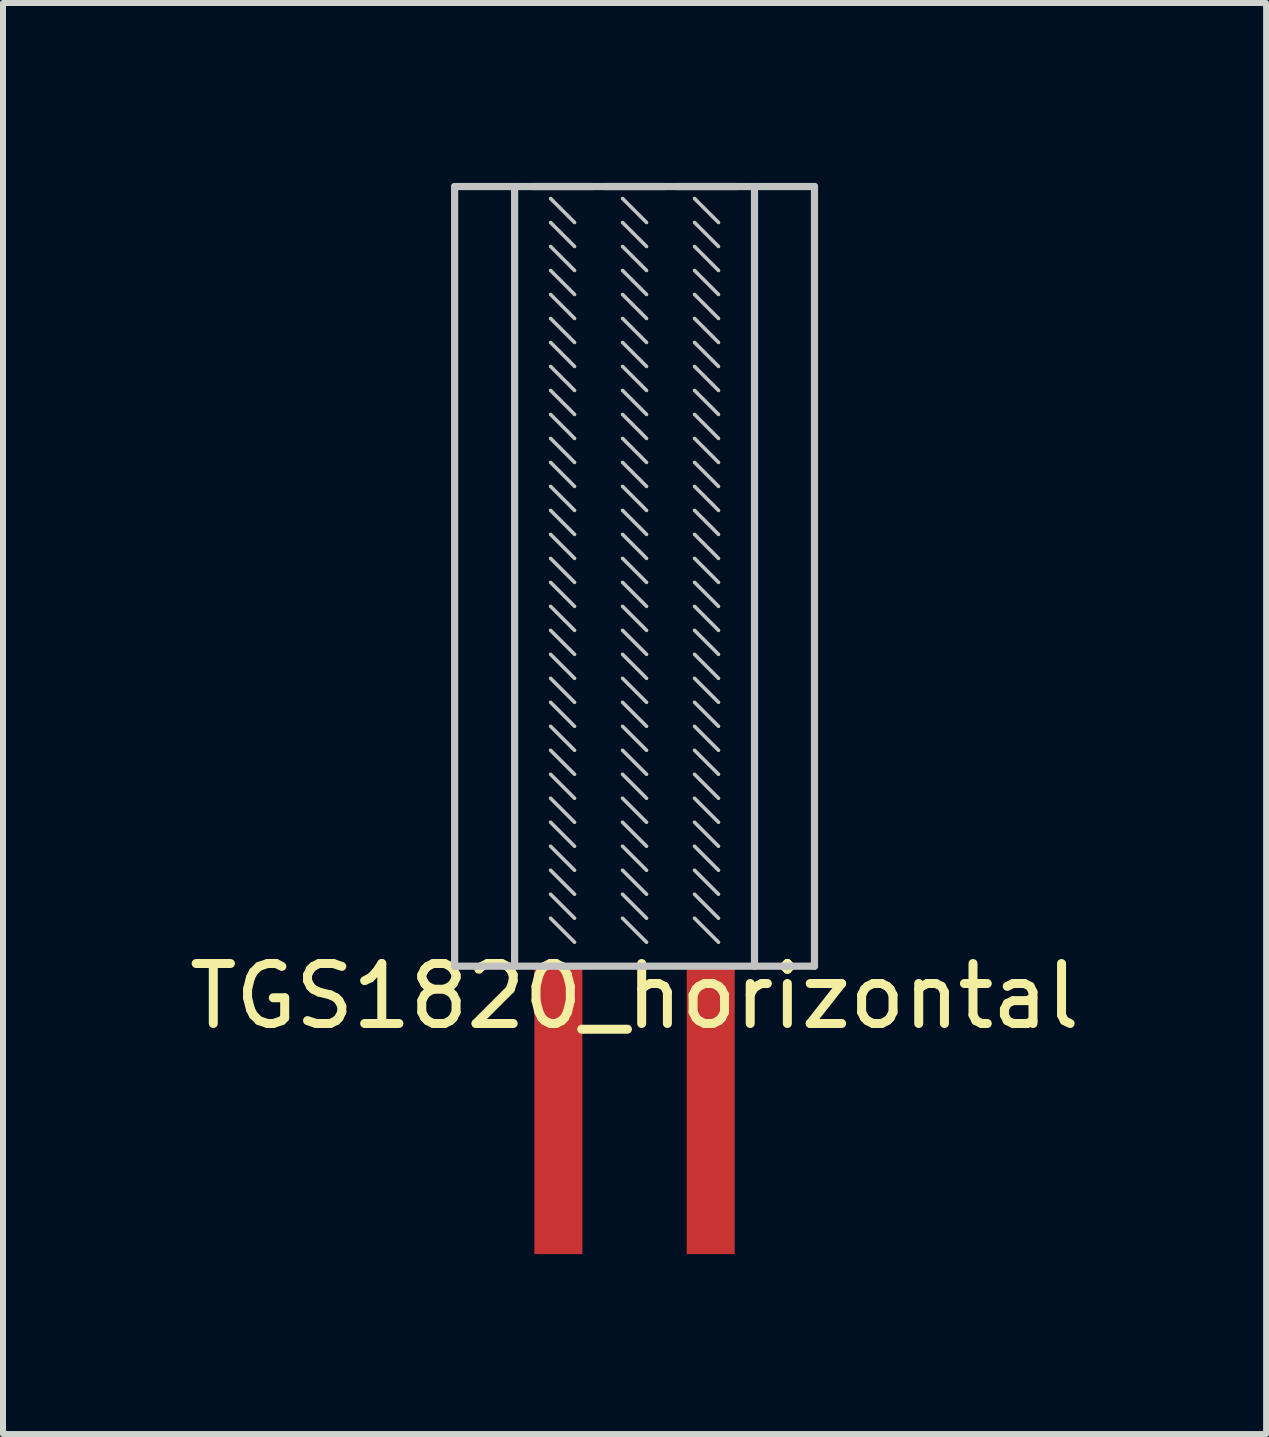
<source format=kicad_pcb>
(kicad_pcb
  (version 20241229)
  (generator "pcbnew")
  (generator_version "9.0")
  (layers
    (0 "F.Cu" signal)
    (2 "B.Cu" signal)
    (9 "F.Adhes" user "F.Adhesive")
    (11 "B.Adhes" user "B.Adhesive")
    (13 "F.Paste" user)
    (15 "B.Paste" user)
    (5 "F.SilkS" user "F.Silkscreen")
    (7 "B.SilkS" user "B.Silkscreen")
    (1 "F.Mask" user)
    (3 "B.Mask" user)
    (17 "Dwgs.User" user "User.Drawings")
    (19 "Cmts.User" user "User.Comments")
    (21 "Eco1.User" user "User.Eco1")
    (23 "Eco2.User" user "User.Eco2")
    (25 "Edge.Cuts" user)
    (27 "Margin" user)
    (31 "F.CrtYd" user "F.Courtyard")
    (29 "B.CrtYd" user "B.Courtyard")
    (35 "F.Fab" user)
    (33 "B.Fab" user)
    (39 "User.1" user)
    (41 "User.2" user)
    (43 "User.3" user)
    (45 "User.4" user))
  (footprint "TGS1820_horizontal"
    (layer "F.Cu")
    (at 7.53 13.06)
    (property "Reference" "TGS1820_horizontal" (at 0 0.5 0) (layer "F.SilkS") (effects (font (size 1 1) (thickness 0.15))))
    (attr through_hole)
    (fp_line (start -3 -13) (end 3 -13) (stroke (width 0.12) (type solid)) (layer "Dwgs.User"))
    (fp_line (start -3 0) (end -3 -13) (stroke (width 0.12) (type solid)) (layer "Dwgs.User"))
    (fp_line (start -3 0) (end 3 0) (stroke (width 0.12) (type solid)) (layer "Dwgs.User"))
    (fp_line (start -2 0) (end -2 -13) (stroke (width 0.12) (type solid)) (layer "Dwgs.User"))
    (fp_line (start -1.7 -13) (end -0.7 -13) (stroke (width 0.12) (type solid)) (layer "Dwgs.User"))
    (fp_line (start -1.4 -12.8) (end -1 -12.4) (stroke (width 0.06) (type solid)) (layer "Dwgs.User"))
    (fp_line (start -1.4 -12.4) (end -1 -12) (stroke (width 0.06) (type solid)) (layer "Dwgs.User"))
    (fp_line (start -1.4 -12) (end -1 -11.6) (stroke (width 0.06) (type solid)) (layer "Dwgs.User"))
    (fp_line (start -1.4 -11.6) (end -1 -11.2) (stroke (width 0.06) (type solid)) (layer "Dwgs.User"))
    (fp_line (start -1.4 -11.2) (end -1 -10.8) (stroke (width 0.06) (type solid)) (layer "Dwgs.User"))
    (fp_line (start -1.4 -10.8) (end -1 -10.4) (stroke (width 0.06) (type solid)) (layer "Dwgs.User"))
    (fp_line (start -1.4 -10.4) (end -1 -10) (stroke (width 0.06) (type solid)) (layer "Dwgs.User"))
    (fp_line (start -1.4 -10) (end -1 -9.6) (stroke (width 0.06) (type solid)) (layer "Dwgs.User"))
    (fp_line (start -1.4 -9.6) (end -1 -9.2) (stroke (width 0.06) (type solid)) (layer "Dwgs.User"))
    (fp_line (start -1.4 -9.2) (end -1 -8.8) (stroke (width 0.06) (type solid)) (layer "Dwgs.User"))
    (fp_line (start -1.4 -8.8) (end -1 -8.4) (stroke (width 0.06) (type solid)) (layer "Dwgs.User"))
    (fp_line (start -1.4 -8.4) (end -1 -8) (stroke (width 0.06) (type solid)) (layer "Dwgs.User"))
    (fp_line (start -1.4 -8) (end -1 -7.6) (stroke (width 0.06) (type solid)) (layer "Dwgs.User"))
    (fp_line (start -1.4 -7.6) (end -1 -7.2) (stroke (width 0.06) (type solid)) (layer "Dwgs.User"))
    (fp_line (start -1.4 -7.2) (end -1 -6.8) (stroke (width 0.06) (type solid)) (layer "Dwgs.User"))
    (fp_line (start -1.4 -6.8) (end -1 -6.4) (stroke (width 0.06) (type solid)) (layer "Dwgs.User"))
    (fp_line (start -1.4 -6.4) (end -1 -6) (stroke (width 0.06) (type solid)) (layer "Dwgs.User"))
    (fp_line (start -1.4 -6) (end -1 -5.6) (stroke (width 0.06) (type solid)) (layer "Dwgs.User"))
    (fp_line (start -1.4 -5.6) (end -1 -5.2) (stroke (width 0.06) (type solid)) (layer "Dwgs.User"))
    (fp_line (start -1.4 -5.2) (end -1 -4.8) (stroke (width 0.06) (type solid)) (layer "Dwgs.User"))
    (fp_line (start -1.4 -4.8) (end -1 -4.4) (stroke (width 0.06) (type solid)) (layer "Dwgs.User"))
    (fp_line (start -1.4 -4.4) (end -1 -4) (stroke (width 0.06) (type solid)) (layer "Dwgs.User"))
    (fp_line (start -1.4 -4) (end -1 -3.6) (stroke (width 0.06) (type solid)) (layer "Dwgs.User"))
    (fp_line (start -1.4 -3.6) (end -1 -3.2) (stroke (width 0.06) (type solid)) (layer "Dwgs.User"))
    (fp_line (start -1.4 -3.2) (end -1 -2.8) (stroke (width 0.06) (type solid)) (layer "Dwgs.User"))
    (fp_line (start -1.4 -2.8) (end -1 -2.4) (stroke (width 0.06) (type solid)) (layer "Dwgs.User"))
    (fp_line (start -1.4 -2.4) (end -1 -2) (stroke (width 0.06) (type solid)) (layer "Dwgs.User"))
    (fp_line (start -1.4 -2) (end -1 -1.6) (stroke (width 0.06) (type solid)) (layer "Dwgs.User"))
    (fp_line (start -1.4 -1.6) (end -1 -1.2) (stroke (width 0.06) (type solid)) (layer "Dwgs.User"))
    (fp_line (start -1.4 -1.2) (end -1 -0.8) (stroke (width 0.06) (type solid)) (layer "Dwgs.User"))
    (fp_line (start -1.4 -0.8) (end -1 -0.4) (stroke (width 0.06) (type solid)) (layer "Dwgs.User"))
    (fp_line (start -0.5 -13) (end 0.5 -13) (stroke (width 0.12) (type solid)) (layer "Dwgs.User"))
    (fp_line (start -0.2 -12.8) (end 0.2 -12.4) (stroke (width 0.06) (type solid)) (layer "Dwgs.User"))
    (fp_line (start -0.2 -12.4) (end 0.2 -12) (stroke (width 0.06) (type solid)) (layer "Dwgs.User"))
    (fp_line (start -0.2 -12) (end 0.2 -11.6) (stroke (width 0.06) (type solid)) (layer "Dwgs.User"))
    (fp_line (start -0.2 -11.6) (end 0.2 -11.2) (stroke (width 0.06) (type solid)) (layer "Dwgs.User"))
    (fp_line (start -0.2 -11.2) (end 0.2 -10.8) (stroke (width 0.06) (type solid)) (layer "Dwgs.User"))
    (fp_line (start -0.2 -10.8) (end 0.2 -10.4) (stroke (width 0.06) (type solid)) (layer "Dwgs.User"))
    (fp_line (start -0.2 -10.4) (end 0.2 -10) (stroke (width 0.06) (type solid)) (layer "Dwgs.User"))
    (fp_line (start -0.2 -10) (end 0.2 -9.6) (stroke (width 0.06) (type solid)) (layer "Dwgs.User"))
    (fp_line (start -0.2 -9.6) (end 0.2 -9.2) (stroke (width 0.06) (type solid)) (layer "Dwgs.User"))
    (fp_line (start -0.2 -9.2) (end 0.2 -8.8) (stroke (width 0.06) (type solid)) (layer "Dwgs.User"))
    (fp_line (start -0.2 -8.8) (end 0.2 -8.4) (stroke (width 0.06) (type solid)) (layer "Dwgs.User"))
    (fp_line (start -0.2 -8.4) (end 0.2 -8) (stroke (width 0.06) (type solid)) (layer "Dwgs.User"))
    (fp_line (start -0.2 -8) (end 0.2 -7.6) (stroke (width 0.06) (type solid)) (layer "Dwgs.User"))
    (fp_line (start -0.2 -7.6) (end 0.2 -7.2) (stroke (width 0.06) (type solid)) (layer "Dwgs.User"))
    (fp_line (start -0.2 -7.2) (end 0.2 -6.8) (stroke (width 0.06) (type solid)) (layer "Dwgs.User"))
    (fp_line (start -0.2 -6.8) (end 0.2 -6.4) (stroke (width 0.06) (type solid)) (layer "Dwgs.User"))
    (fp_line (start -0.2 -6.4) (end 0.2 -6) (stroke (width 0.06) (type solid)) (layer "Dwgs.User"))
    (fp_line (start -0.2 -6) (end 0.2 -5.6) (stroke (width 0.06) (type solid)) (layer "Dwgs.User"))
    (fp_line (start -0.2 -5.6) (end 0.2 -5.2) (stroke (width 0.06) (type solid)) (layer "Dwgs.User"))
    (fp_line (start -0.2 -5.2) (end 0.2 -4.8) (stroke (width 0.06) (type solid)) (layer "Dwgs.User"))
    (fp_line (start -0.2 -4.8) (end 0.2 -4.4) (stroke (width 0.06) (type solid)) (layer "Dwgs.User"))
    (fp_line (start -0.2 -4.4) (end 0.2 -4) (stroke (width 0.06) (type solid)) (layer "Dwgs.User"))
    (fp_line (start -0.2 -4) (end 0.2 -3.6) (stroke (width 0.06) (type solid)) (layer "Dwgs.User"))
    (fp_line (start -0.2 -3.6) (end 0.2 -3.2) (stroke (width 0.06) (type solid)) (layer "Dwgs.User"))
    (fp_line (start -0.2 -3.2) (end 0.2 -2.8) (stroke (width 0.06) (type solid)) (layer "Dwgs.User"))
    (fp_line (start -0.2 -2.8) (end 0.2 -2.4) (stroke (width 0.06) (type solid)) (layer "Dwgs.User"))
    (fp_line (start -0.2 -2.4) (end 0.2 -2) (stroke (width 0.06) (type solid)) (layer "Dwgs.User"))
    (fp_line (start -0.2 -2) (end 0.2 -1.6) (stroke (width 0.06) (type solid)) (layer "Dwgs.User"))
    (fp_line (start -0.2 -1.6) (end 0.2 -1.2) (stroke (width 0.06) (type solid)) (layer "Dwgs.User"))
    (fp_line (start -0.2 -1.2) (end 0.2 -0.8) (stroke (width 0.06) (type solid)) (layer "Dwgs.User"))
    (fp_line (start -0.2 -0.8) (end 0.2 -0.4) (stroke (width 0.06) (type solid)) (layer "Dwgs.User"))
    (fp_line (start 0.7 -13) (end 1.7 -13) (stroke (width 0.12) (type solid)) (layer "Dwgs.User"))
    (fp_line (start 1 -12.8) (end 1.4 -12.4) (stroke (width 0.06) (type solid)) (layer "Dwgs.User"))
    (fp_line (start 1 -12.4) (end 1.4 -12) (stroke (width 0.06) (type solid)) (layer "Dwgs.User"))
    (fp_line (start 1 -12) (end 1.4 -11.6) (stroke (width 0.06) (type solid)) (layer "Dwgs.User"))
    (fp_line (start 1 -11.6) (end 1.4 -11.2) (stroke (width 0.06) (type solid)) (layer "Dwgs.User"))
    (fp_line (start 1 -11.2) (end 1.4 -10.8) (stroke (width 0.06) (type solid)) (layer "Dwgs.User"))
    (fp_line (start 1 -10.8) (end 1.4 -10.4) (stroke (width 0.06) (type solid)) (layer "Dwgs.User"))
    (fp_line (start 1 -10.4) (end 1.4 -10) (stroke (width 0.06) (type solid)) (layer "Dwgs.User"))
    (fp_line (start 1 -10) (end 1.4 -9.6) (stroke (width 0.06) (type solid)) (layer "Dwgs.User"))
    (fp_line (start 1 -9.6) (end 1.4 -9.2) (stroke (width 0.06) (type solid)) (layer "Dwgs.User"))
    (fp_line (start 1 -9.2) (end 1.4 -8.8) (stroke (width 0.06) (type solid)) (layer "Dwgs.User"))
    (fp_line (start 1 -8.8) (end 1.4 -8.4) (stroke (width 0.06) (type solid)) (layer "Dwgs.User"))
    (fp_line (start 1 -8.4) (end 1.4 -8) (stroke (width 0.06) (type solid)) (layer "Dwgs.User"))
    (fp_line (start 1 -8) (end 1.4 -7.6) (stroke (width 0.06) (type solid)) (layer "Dwgs.User"))
    (fp_line (start 1 -7.6) (end 1.4 -7.2) (stroke (width 0.06) (type solid)) (layer "Dwgs.User"))
    (fp_line (start 1 -7.2) (end 1.4 -6.8) (stroke (width 0.06) (type solid)) (layer "Dwgs.User"))
    (fp_line (start 1 -6.8) (end 1.4 -6.4) (stroke (width 0.06) (type solid)) (layer "Dwgs.User"))
    (fp_line (start 1 -6.4) (end 1.4 -6) (stroke (width 0.06) (type solid)) (layer "Dwgs.User"))
    (fp_line (start 1 -6) (end 1.4 -5.6) (stroke (width 0.06) (type solid)) (layer "Dwgs.User"))
    (fp_line (start 1 -5.6) (end 1.4 -5.2) (stroke (width 0.06) (type solid)) (layer "Dwgs.User"))
    (fp_line (start 1 -5.2) (end 1.4 -4.8) (stroke (width 0.06) (type solid)) (layer "Dwgs.User"))
    (fp_line (start 1 -4.8) (end 1.4 -4.4) (stroke (width 0.06) (type solid)) (layer "Dwgs.User"))
    (fp_line (start 1 -4.4) (end 1.4 -4) (stroke (width 0.06) (type solid)) (layer "Dwgs.User"))
    (fp_line (start 1 -4) (end 1.4 -3.6) (stroke (width 0.06) (type solid)) (layer "Dwgs.User"))
    (fp_line (start 1 -3.6) (end 1.4 -3.2) (stroke (width 0.06) (type solid)) (layer "Dwgs.User"))
    (fp_line (start 1 -3.2) (end 1.4 -2.8) (stroke (width 0.06) (type solid)) (layer "Dwgs.User"))
    (fp_line (start 1 -2.8) (end 1.4 -2.4) (stroke (width 0.06) (type solid)) (layer "Dwgs.User"))
    (fp_line (start 1 -2.4) (end 1.4 -2) (stroke (width 0.06) (type solid)) (layer "Dwgs.User"))
    (fp_line (start 1 -2) (end 1.4 -1.6) (stroke (width 0.06) (type solid)) (layer "Dwgs.User"))
    (fp_line (start 1 -1.6) (end 1.4 -1.2) (stroke (width 0.06) (type solid)) (layer "Dwgs.User"))
    (fp_line (start 1 -1.2) (end 1.4 -0.8) (stroke (width 0.06) (type solid)) (layer "Dwgs.User"))
    (fp_line (start 1 -0.8) (end 1.4 -0.4) (stroke (width 0.06) (type solid)) (layer "Dwgs.User"))
    (fp_line (start 2 -13) (end 2 0) (stroke (width 0.12) (type solid)) (layer "Dwgs.User"))
    (fp_line (start 3 0) (end 3 -13) (stroke (width 0.12) (type solid)) (layer "Dwgs.User"))
    (pad "1" smd rect (at -1.27 0 270) (size 4.8 0.8) (drill oval (offset 2.4 0)) (layers "F.Cu" "F.Mask" "F.Paste"))
    (pad "2" smd rect (at 1.27 0 270) (size 4.8 0.8) (drill oval (offset 2.4 0)) (layers "F.Cu" "F.Mask" "F.Paste")))
  (gr_rect
    (start -3 -3)
    (end 18.06 20.86)
    (stroke (width 0.1) (type default))
    (fill no)
    (layer "Edge.Cuts")))
</source>
